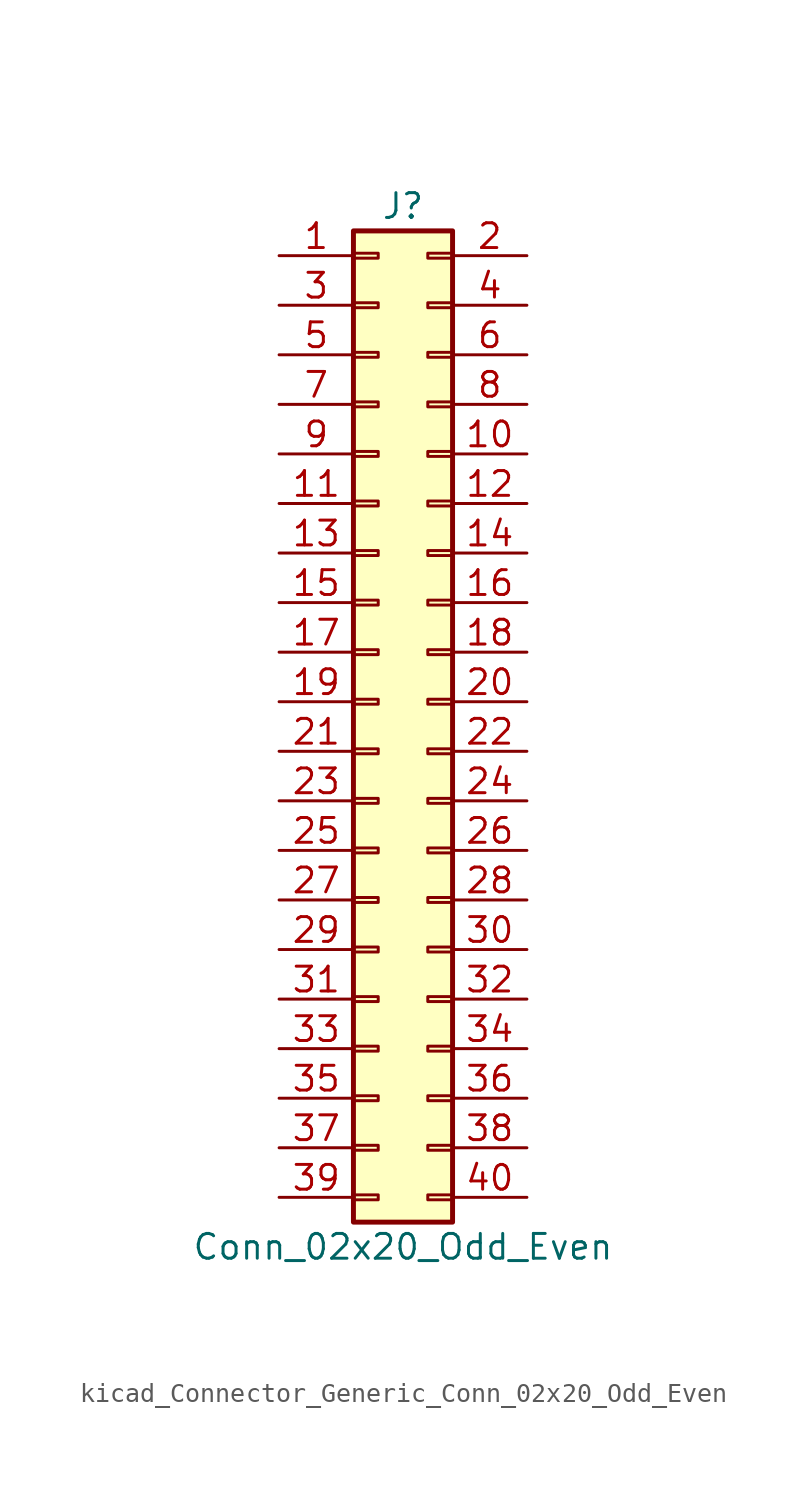
<source format=kicad_sym>
(kicad_symbol_lib
  (version 20220914)
  (generator kicad_symbol_editor)
  (symbol "kicad_Connector_Generic_Conn_02x20_Odd_Even"
    (pin_names
      (offset 1.016) hide)
    (property "Reference" "J"
      (at 1.27 25.4 0)
      (effects (font (size 1.27 1.27))))
    (property "Value" "Conn_02x20_Odd_Even"
      (at 1.27 -27.94 0)
      (effects (font (size 1.27 1.27))))
    (symbol "kicad_Connector_Generic_Conn_02x20_Odd_Even_1_1"
      (rectangle (start -1.27 -25.273) (end 0 -25.527) (stroke (width 0.152) (type default)) (fill (type none)))
      (rectangle (start -1.27 -22.733) (end 0 -22.987) (stroke (width 0.152) (type default)) (fill (type none)))
      (rectangle (start -1.27 -20.193) (end 0 -20.447) (stroke (width 0.152) (type default)) (fill (type none)))
      (rectangle (start -1.27 -17.653) (end 0 -17.907) (stroke (width 0.152) (type default)) (fill (type none)))
      (rectangle (start -1.27 -15.113) (end 0 -15.367) (stroke (width 0.152) (type default)) (fill (type none)))
      (rectangle (start -1.27 -12.573) (end 0 -12.827) (stroke (width 0.152) (type default)) (fill (type none)))
      (rectangle (start -1.27 -10.033) (end 0 -10.287) (stroke (width 0.152) (type default)) (fill (type none)))
      (rectangle (start -1.27 -7.493) (end 0 -7.747) (stroke (width 0.152) (type default)) (fill (type none)))
      (rectangle (start -1.27 -4.953) (end 0 -5.207) (stroke (width 0.152) (type default)) (fill (type none)))
      (rectangle (start -1.27 -2.413) (end 0 -2.667) (stroke (width 0.152) (type default)) (fill (type none)))
      (rectangle (start -1.27 0.127) (end 0 -0.127) (stroke (width 0.152) (type default)) (fill (type none)))
      (rectangle (start -1.27 2.667) (end 0 2.413) (stroke (width 0.152) (type default)) (fill (type none)))
      (rectangle (start -1.27 5.207) (end 0 4.953) (stroke (width 0.152) (type default)) (fill (type none)))
      (rectangle (start -1.27 7.747) (end 0 7.493) (stroke (width 0.152) (type default)) (fill (type none)))
      (rectangle (start -1.27 10.287) (end 0 10.033) (stroke (width 0.152) (type default)) (fill (type none)))
      (rectangle (start -1.27 12.827) (end 0 12.573) (stroke (width 0.152) (type default)) (fill (type none)))
      (rectangle (start -1.27 15.367) (end 0 15.113) (stroke (width 0.152) (type default)) (fill (type none)))
      (rectangle (start -1.27 17.907) (end 0 17.653) (stroke (width 0.152) (type default)) (fill (type none)))
      (rectangle (start -1.27 20.447) (end 0 20.193) (stroke (width 0.152) (type default)) (fill (type none)))
      (rectangle (start -1.27 22.987) (end 0 22.733) (stroke (width 0.152) (type default)) (fill (type none)))
      (rectangle (start -1.27 24.13) (end 3.81 -26.67) (stroke (width 0.254) (type default)) (fill (type background)))
      (rectangle (start 3.81 -25.273) (end 2.54 -25.527) (stroke (width 0.152) (type default)) (fill (type none)))
      (rectangle (start 3.81 -22.733) (end 2.54 -22.987) (stroke (width 0.152) (type default)) (fill (type none)))
      (rectangle (start 3.81 -20.193) (end 2.54 -20.447) (stroke (width 0.152) (type default)) (fill (type none)))
      (rectangle (start 3.81 -17.653) (end 2.54 -17.907) (stroke (width 0.152) (type default)) (fill (type none)))
      (rectangle (start 3.81 -15.113) (end 2.54 -15.367) (stroke (width 0.152) (type default)) (fill (type none)))
      (rectangle (start 3.81 -12.573) (end 2.54 -12.827) (stroke (width 0.152) (type default)) (fill (type none)))
      (rectangle (start 3.81 -10.033) (end 2.54 -10.287) (stroke (width 0.152) (type default)) (fill (type none)))
      (rectangle (start 3.81 -7.493) (end 2.54 -7.747) (stroke (width 0.152) (type default)) (fill (type none)))
      (rectangle (start 3.81 -4.953) (end 2.54 -5.207) (stroke (width 0.152) (type default)) (fill (type none)))
      (rectangle (start 3.81 -2.413) (end 2.54 -2.667) (stroke (width 0.152) (type default)) (fill (type none)))
      (rectangle (start 3.81 0.127) (end 2.54 -0.127) (stroke (width 0.152) (type default)) (fill (type none)))
      (rectangle (start 3.81 2.667) (end 2.54 2.413) (stroke (width 0.152) (type default)) (fill (type none)))
      (rectangle (start 3.81 5.207) (end 2.54 4.953) (stroke (width 0.152) (type default)) (fill (type none)))
      (rectangle (start 3.81 7.747) (end 2.54 7.493) (stroke (width 0.152) (type default)) (fill (type none)))
      (rectangle (start 3.81 10.287) (end 2.54 10.033) (stroke (width 0.152) (type default)) (fill (type none)))
      (rectangle (start 3.81 12.827) (end 2.54 12.573) (stroke (width 0.152) (type default)) (fill (type none)))
      (rectangle (start 3.81 15.367) (end 2.54 15.113) (stroke (width 0.152) (type default)) (fill (type none)))
      (rectangle (start 3.81 17.907) (end 2.54 17.653) (stroke (width 0.152) (type default)) (fill (type none)))
      (rectangle (start 3.81 20.447) (end 2.54 20.193) (stroke (width 0.152) (type default)) (fill (type none)))
      (rectangle (start 3.81 22.987) (end 2.54 22.733) (stroke (width 0.152) (type default)) (fill (type none)))
      (pin passive line (at -5.08 22.86 0) (length 3.81) (name "Pin_1" (effects (font (size 1.27 1.27)))) (number "1" (effects (font (size 1.27 1.27)))))
      (pin passive line (at 7.62 12.7 180) (length 3.81) (name "Pin_10" (effects (font (size 1.27 1.27)))) (number "10" (effects (font (size 1.27 1.27)))))
      (pin passive line (at -5.08 10.16 0) (length 3.81) (name "Pin_11" (effects (font (size 1.27 1.27)))) (number "11" (effects (font (size 1.27 1.27)))))
      (pin passive line (at 7.62 10.16 180) (length 3.81) (name "Pin_12" (effects (font (size 1.27 1.27)))) (number "12" (effects (font (size 1.27 1.27)))))
      (pin passive line (at -5.08 7.62 0) (length 3.81) (name "Pin_13" (effects (font (size 1.27 1.27)))) (number "13" (effects (font (size 1.27 1.27)))))
      (pin passive line (at 7.62 7.62 180) (length 3.81) (name "Pin_14" (effects (font (size 1.27 1.27)))) (number "14" (effects (font (size 1.27 1.27)))))
      (pin passive line (at -5.08 5.08 0) (length 3.81) (name "Pin_15" (effects (font (size 1.27 1.27)))) (number "15" (effects (font (size 1.27 1.27)))))
      (pin passive line (at 7.62 5.08 180) (length 3.81) (name "Pin_16" (effects (font (size 1.27 1.27)))) (number "16" (effects (font (size 1.27 1.27)))))
      (pin passive line (at -5.08 2.54 0) (length 3.81) (name "Pin_17" (effects (font (size 1.27 1.27)))) (number "17" (effects (font (size 1.27 1.27)))))
      (pin passive line (at 7.62 2.54 180) (length 3.81) (name "Pin_18" (effects (font (size 1.27 1.27)))) (number "18" (effects (font (size 1.27 1.27)))))
      (pin passive line (at -5.08 0 0) (length 3.81) (name "Pin_19" (effects (font (size 1.27 1.27)))) (number "19" (effects (font (size 1.27 1.27)))))
      (pin passive line (at 7.62 22.86 180) (length 3.81) (name "Pin_2" (effects (font (size 1.27 1.27)))) (number "2" (effects (font (size 1.27 1.27)))))
      (pin passive line (at 7.62 0 180) (length 3.81) (name "Pin_20" (effects (font (size 1.27 1.27)))) (number "20" (effects (font (size 1.27 1.27)))))
      (pin passive line (at -5.08 -2.54 0) (length 3.81) (name "Pin_21" (effects (font (size 1.27 1.27)))) (number "21" (effects (font (size 1.27 1.27)))))
      (pin passive line (at 7.62 -2.54 180) (length 3.81) (name "Pin_22" (effects (font (size 1.27 1.27)))) (number "22" (effects (font (size 1.27 1.27)))))
      (pin passive line (at -5.08 -5.08 0) (length 3.81) (name "Pin_23" (effects (font (size 1.27 1.27)))) (number "23" (effects (font (size 1.27 1.27)))))
      (pin passive line (at 7.62 -5.08 180) (length 3.81) (name "Pin_24" (effects (font (size 1.27 1.27)))) (number "24" (effects (font (size 1.27 1.27)))))
      (pin passive line (at -5.08 -7.62 0) (length 3.81) (name "Pin_25" (effects (font (size 1.27 1.27)))) (number "25" (effects (font (size 1.27 1.27)))))
      (pin passive line (at 7.62 -7.62 180) (length 3.81) (name "Pin_26" (effects (font (size 1.27 1.27)))) (number "26" (effects (font (size 1.27 1.27)))))
      (pin passive line (at -5.08 -10.16 0) (length 3.81) (name "Pin_27" (effects (font (size 1.27 1.27)))) (number "27" (effects (font (size 1.27 1.27)))))
      (pin passive line (at 7.62 -10.16 180) (length 3.81) (name "Pin_28" (effects (font (size 1.27 1.27)))) (number "28" (effects (font (size 1.27 1.27)))))
      (pin passive line (at -5.08 -12.7 0) (length 3.81) (name "Pin_29" (effects (font (size 1.27 1.27)))) (number "29" (effects (font (size 1.27 1.27)))))
      (pin passive line (at -5.08 20.32 0) (length 3.81) (name "Pin_3" (effects (font (size 1.27 1.27)))) (number "3" (effects (font (size 1.27 1.27)))))
      (pin passive line (at 7.62 -12.7 180) (length 3.81) (name "Pin_30" (effects (font (size 1.27 1.27)))) (number "30" (effects (font (size 1.27 1.27)))))
      (pin passive line (at -5.08 -15.24 0) (length 3.81) (name "Pin_31" (effects (font (size 1.27 1.27)))) (number "31" (effects (font (size 1.27 1.27)))))
      (pin passive line (at 7.62 -15.24 180) (length 3.81) (name "Pin_32" (effects (font (size 1.27 1.27)))) (number "32" (effects (font (size 1.27 1.27)))))
      (pin passive line (at -5.08 -17.78 0) (length 3.81) (name "Pin_33" (effects (font (size 1.27 1.27)))) (number "33" (effects (font (size 1.27 1.27)))))
      (pin passive line (at 7.62 -17.78 180) (length 3.81) (name "Pin_34" (effects (font (size 1.27 1.27)))) (number "34" (effects (font (size 1.27 1.27)))))
      (pin passive line (at -5.08 -20.32 0) (length 3.81) (name "Pin_35" (effects (font (size 1.27 1.27)))) (number "35" (effects (font (size 1.27 1.27)))))
      (pin passive line (at 7.62 -20.32 180) (length 3.81) (name "Pin_36" (effects (font (size 1.27 1.27)))) (number "36" (effects (font (size 1.27 1.27)))))
      (pin passive line (at -5.08 -22.86 0) (length 3.81) (name "Pin_37" (effects (font (size 1.27 1.27)))) (number "37" (effects (font (size 1.27 1.27)))))
      (pin passive line (at 7.62 -22.86 180) (length 3.81) (name "Pin_38" (effects (font (size 1.27 1.27)))) (number "38" (effects (font (size 1.27 1.27)))))
      (pin passive line (at -5.08 -25.4 0) (length 3.81) (name "Pin_39" (effects (font (size 1.27 1.27)))) (number "39" (effects (font (size 1.27 1.27)))))
      (pin passive line (at 7.62 20.32 180) (length 3.81) (name "Pin_4" (effects (font (size 1.27 1.27)))) (number "4" (effects (font (size 1.27 1.27)))))
      (pin passive line (at 7.62 -25.4 180) (length 3.81) (name "Pin_40" (effects (font (size 1.27 1.27)))) (number "40" (effects (font (size 1.27 1.27)))))
      (pin passive line (at -5.08 17.78 0) (length 3.81) (name "Pin_5" (effects (font (size 1.27 1.27)))) (number "5" (effects (font (size 1.27 1.27)))))
      (pin passive line (at 7.62 17.78 180) (length 3.81) (name "Pin_6" (effects (font (size 1.27 1.27)))) (number "6" (effects (font (size 1.27 1.27)))))
      (pin passive line (at -5.08 15.24 0) (length 3.81) (name "Pin_7" (effects (font (size 1.27 1.27)))) (number "7" (effects (font (size 1.27 1.27)))))
      (pin passive line (at 7.62 15.24 180) (length 3.81) (name "Pin_8" (effects (font (size 1.27 1.27)))) (number "8" (effects (font (size 1.27 1.27)))))
      (pin passive line (at -5.08 12.7 0) (length 3.81) (name "Pin_9" (effects (font (size 1.27 1.27)))) (number "9" (effects (font (size 1.27 1.27))))))))
</source>
